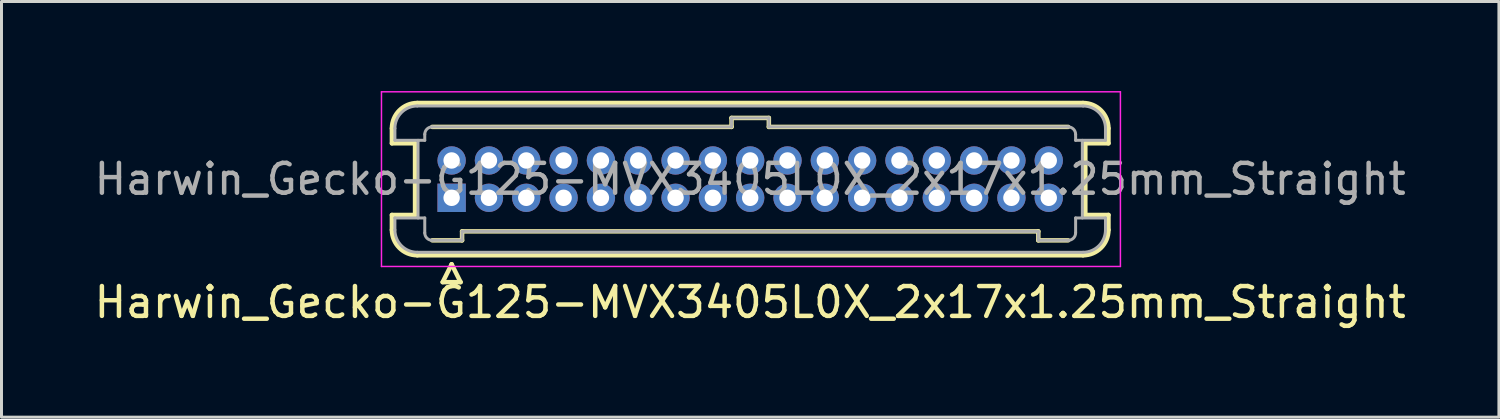
<source format=kicad_pcb>
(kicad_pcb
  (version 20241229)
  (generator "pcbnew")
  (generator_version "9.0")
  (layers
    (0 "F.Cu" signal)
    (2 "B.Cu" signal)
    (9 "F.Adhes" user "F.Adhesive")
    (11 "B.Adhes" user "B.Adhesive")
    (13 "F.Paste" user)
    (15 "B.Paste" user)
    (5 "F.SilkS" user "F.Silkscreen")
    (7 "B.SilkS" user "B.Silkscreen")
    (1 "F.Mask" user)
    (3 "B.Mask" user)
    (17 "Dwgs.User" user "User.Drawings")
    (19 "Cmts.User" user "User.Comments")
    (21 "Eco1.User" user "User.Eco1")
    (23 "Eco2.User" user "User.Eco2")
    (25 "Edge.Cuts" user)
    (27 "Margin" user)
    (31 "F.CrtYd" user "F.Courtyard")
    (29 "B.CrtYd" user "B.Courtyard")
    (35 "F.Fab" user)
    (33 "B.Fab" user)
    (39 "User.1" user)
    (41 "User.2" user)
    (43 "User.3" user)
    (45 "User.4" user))
  (footprint "Harwin_Gecko-G125-MVX3405L0X_2x17x1.25mm_Straight"
    (layer "F.Cu")
    (at 12.077 3.575)
    (property "Reference" "Harwin_Gecko-G125-MVX3405L0X_2x17x1.25mm_Straight" (at 10 3.5 0) (layer "F.SilkS") (effects (font (size 1 1) (thickness 0.15))))
    (attr through_hole)
    (fp_line (start -2 -1.825) (end -2 -2.325) (stroke (width 0.15) (type solid)) (layer "F.SilkS"))
    (fp_line (start -2 -1.825) (end -1.225 -1.825) (stroke (width 0.15) (type solid)) (layer "F.SilkS"))
    (fp_line (start -2 0.575) (end -1.225 0.575) (stroke (width 0.15) (type solid)) (layer "F.SilkS"))
    (fp_line (start -2 1.075) (end -2 0.575) (stroke (width 0.15) (type solid)) (layer "F.SilkS"))
    (fp_line (start -1.225 -1.825) (end -1.225 0.575) (stroke (width 0.15) (type solid)) (layer "F.SilkS"))
    (fp_line (start -1.15 -3.175) (end 21.15 -3.175) (stroke (width 0.15) (type solid)) (layer "F.SilkS"))
    (fp_line (start -1.15 1.925) (end 21.15 1.925) (stroke (width 0.15) (type solid)) (layer "F.SilkS"))
    (fp_line (start -0.65 -2.375) (end 9.375 -2.375) (stroke (width 0.15) (type solid)) (layer "F.SilkS"))
    (fp_line (start -0.65 1.425) (end 0.35 1.425) (stroke (width 0.15) (type solid)) (layer "F.SilkS"))
    (fp_line (start -0.3 2.825) (end 0.3 2.825) (stroke (width 0.15) (type solid)) (layer "F.SilkS"))
    (fp_line (start 0 2.225) (end -0.3 2.825) (stroke (width 0.15) (type solid)) (layer "F.SilkS"))
    (fp_line (start 0.3 2.825) (end 0 2.225) (stroke (width 0.15) (type solid)) (layer "F.SilkS"))
    (fp_line (start 0.35 1.125) (end 19.65 1.125) (stroke (width 0.15) (type solid)) (layer "F.SilkS"))
    (fp_line (start 0.35 1.425) (end 0.35 1.125) (stroke (width 0.15) (type solid)) (layer "F.SilkS"))
    (fp_line (start 9.375 -2.675) (end 10.625 -2.675) (stroke (width 0.15) (type solid)) (layer "F.SilkS"))
    (fp_line (start 9.375 -2.375) (end 9.375 -2.675) (stroke (width 0.15) (type solid)) (layer "F.SilkS"))
    (fp_line (start 10.625 -2.675) (end 10.625 -2.375) (stroke (width 0.15) (type solid)) (layer "F.SilkS"))
    (fp_line (start 10.625 -2.375) (end 20.65 -2.375) (stroke (width 0.15) (type solid)) (layer "F.SilkS"))
    (fp_line (start 19.65 1.125) (end 19.65 1.425) (stroke (width 0.15) (type solid)) (layer "F.SilkS"))
    (fp_line (start 19.65 1.425) (end 20.65 1.425) (stroke (width 0.15) (type solid)) (layer "F.SilkS"))
    (fp_line (start 21.225 -1.825) (end 21.225 0.575) (stroke (width 0.15) (type solid)) (layer "F.SilkS"))
    (fp_line (start 22 -2.325) (end 22 -1.825) (stroke (width 0.15) (type solid)) (layer "F.SilkS"))
    (fp_line (start 22 -1.825) (end 21.225 -1.825) (stroke (width 0.15) (type solid)) (layer "F.SilkS"))
    (fp_line (start 22 0.575) (end 21.225 0.575) (stroke (width 0.15) (type solid)) (layer "F.SilkS"))
    (fp_line (start 22 1.075) (end 22 0.575) (stroke (width 0.15) (type solid)) (layer "F.SilkS"))
    (fp_arc (start -2 -2.325) (mid -1.751041 -2.926041) (end -1.15 -3.175) (stroke (width 0.15) (type solid)) (layer "F.SilkS"))
    (fp_arc (start -1.15 1.925) (mid -1.751041 1.676041) (end -2 1.075) (stroke (width 0.15) (type solid)) (layer "F.SilkS"))
    (fp_arc (start 21.15 -3.175) (mid 21.751041 -2.926041) (end 22 -2.325) (stroke (width 0.15) (type solid)) (layer "F.SilkS"))
    (fp_arc (start 22 1.075) (mid 21.751041 1.676041) (end 21.15 1.925) (stroke (width 0.15) (type solid)) (layer "F.SilkS"))
    (fp_line (start -2.35 -3.55) (end -2.35 2.3) (stroke (width 0.05) (type solid)) (layer "F.CrtYd"))
    (fp_line (start -2.35 2.3) (end 22.4 2.3) (stroke (width 0.05) (type solid)) (layer "F.CrtYd"))
    (fp_line (start 22.4 -3.55) (end -2.35 -3.55) (stroke (width 0.05) (type solid)) (layer "F.CrtYd"))
    (fp_line (start 22.4 2.3) (end 22.4 -3.55) (stroke (width 0.05) (type solid)) (layer "F.CrtYd"))
    (fp_line (start -1.9 -2.325) (end -1.9 -1.925) (stroke (width 0.1) (type solid)) (layer "F.Fab"))
    (fp_line (start -1.9 -1.925) (end -0.9 -1.925) (stroke (width 0.1) (type solid)) (layer "F.Fab"))
    (fp_line (start -1.9 0.675) (end -0.9 0.675) (stroke (width 0.1) (type solid)) (layer "F.Fab"))
    (fp_line (start -1.9 1.075) (end -1.9 0.675) (stroke (width 0.1) (type solid)) (layer "F.Fab"))
    (fp_line (start -1.15 -3.075) (end 21.15 -3.075) (stroke (width 0.1) (type solid)) (layer "F.Fab"))
    (fp_line (start -1.15 1.825) (end 21.15 1.825) (stroke (width 0.1) (type solid)) (layer "F.Fab"))
    (fp_line (start -1.125 -1.925) (end -1.125 0.675) (stroke (width 0.1) (type solid)) (layer "F.Fab"))
    (fp_line (start -0.9 -2.125) (end -0.9 -1.925) (stroke (width 0.1) (type solid)) (layer "F.Fab"))
    (fp_line (start -0.9 1.175) (end -0.9 0.675) (stroke (width 0.1) (type solid)) (layer "F.Fab"))
    (fp_line (start -0.65 -2.375) (end 9.375 -2.375) (stroke (width 0.1) (type solid)) (layer "F.Fab"))
    (fp_line (start -0.65 1.425) (end 0.35 1.425) (stroke (width 0.1) (type solid)) (layer "F.Fab"))
    (fp_line (start 0.35 1.125) (end 19.65 1.125) (stroke (width 0.1) (type solid)) (layer "F.Fab"))
    (fp_line (start 0.35 1.425) (end 0.35 1.125) (stroke (width 0.1) (type solid)) (layer "F.Fab"))
    (fp_line (start 9.375 -2.675) (end 10.625 -2.675) (stroke (width 0.1) (type solid)) (layer "F.Fab"))
    (fp_line (start 9.375 -2.375) (end 9.375 -2.675) (stroke (width 0.1) (type solid)) (layer "F.Fab"))
    (fp_line (start 10.625 -2.675) (end 10.625 -2.375) (stroke (width 0.1) (type solid)) (layer "F.Fab"))
    (fp_line (start 10.625 -2.375) (end 20.65 -2.375) (stroke (width 0.1) (type solid)) (layer "F.Fab"))
    (fp_line (start 19.65 1.125) (end 19.65 1.425) (stroke (width 0.1) (type solid)) (layer "F.Fab"))
    (fp_line (start 19.65 1.425) (end 20.65 1.425) (stroke (width 0.1) (type solid)) (layer "F.Fab"))
    (fp_line (start 20.9 -2.125) (end 20.9 -1.925) (stroke (width 0.1) (type solid)) (layer "F.Fab"))
    (fp_line (start 20.9 1.175) (end 20.9 0.675) (stroke (width 0.1) (type solid)) (layer "F.Fab"))
    (fp_line (start 21.125 -1.925) (end 21.125 0.675) (stroke (width 0.1) (type solid)) (layer "F.Fab"))
    (fp_line (start 21.9 -2.325) (end 21.9 -1.925) (stroke (width 0.1) (type solid)) (layer "F.Fab"))
    (fp_line (start 21.9 -1.925) (end 20.9 -1.925) (stroke (width 0.1) (type solid)) (layer "F.Fab"))
    (fp_line (start 21.9 0.675) (end 20.9 0.675) (stroke (width 0.1) (type solid)) (layer "F.Fab"))
    (fp_line (start 21.9 1.075) (end 21.9 0.675) (stroke (width 0.1) (type solid)) (layer "F.Fab"))
    (fp_arc (start -1.9 -2.325) (mid -1.68033 -2.85533) (end -1.15 -3.075) (stroke (width 0.1) (type solid)) (layer "F.Fab"))
    (fp_arc (start -1.15 1.825) (mid -1.68033 1.60533) (end -1.9 1.075) (stroke (width 0.1) (type solid)) (layer "F.Fab"))
    (fp_arc (start -0.9 -2.125) (mid -0.826777 -2.301777) (end -0.65 -2.375) (stroke (width 0.1) (type solid)) (layer "F.Fab"))
    (fp_arc (start -0.65 1.425) (mid -0.826777 1.351777) (end -0.9 1.175) (stroke (width 0.1) (type solid)) (layer "F.Fab"))
    (fp_arc (start 20.65 -2.375) (mid 20.826777 -2.301777) (end 20.9 -2.125) (stroke (width 0.1) (type solid)) (layer "F.Fab"))
    (fp_arc (start 20.9 1.175) (mid 20.826777 1.351777) (end 20.65 1.425) (stroke (width 0.1) (type solid)) (layer "F.Fab"))
    (fp_arc (start 21.15 -3.075) (mid 21.68033 -2.85533) (end 21.9 -2.325) (stroke (width 0.1) (type solid)) (layer "F.Fab"))
    (fp_arc (start 21.9 1.075) (mid 21.68033 1.60533) (end 21.15 1.825) (stroke (width 0.1) (type solid)) (layer "F.Fab"))
    (fp_text user "${REFERENCE}" (at 10 -0.625 0) (layer "F.Fab") (effects (font (size 1 1) (thickness 0.15))))
    (pad "1" thru_hole rect (at 0 0) (size 0.95 0.95) (drill 0.55) (layers "*.Cu" "*.Mask"))
    (pad "2" thru_hole circle (at 1.25 0) (size 0.95 0.95) (drill 0.55) (layers "*.Cu" "*.Mask"))
    (pad "3" thru_hole circle (at 2.5 0) (size 0.95 0.95) (drill 0.55) (layers "*.Cu" "*.Mask"))
    (pad "4" thru_hole circle (at 3.75 0) (size 0.95 0.95) (drill 0.55) (layers "*.Cu" "*.Mask"))
    (pad "5" thru_hole circle (at 5 0) (size 0.95 0.95) (drill 0.55) (layers "*.Cu" "*.Mask"))
    (pad "6" thru_hole circle (at 6.25 0) (size 0.95 0.95) (drill 0.55) (layers "*.Cu" "*.Mask"))
    (pad "7" thru_hole circle (at 7.5 0) (size 0.95 0.95) (drill 0.55) (layers "*.Cu" "*.Mask"))
    (pad "8" thru_hole circle (at 8.75 0) (size 0.95 0.95) (drill 0.55) (layers "*.Cu" "*.Mask"))
    (pad "9" thru_hole circle (at 10 0) (size 0.95 0.95) (drill 0.55) (layers "*.Cu" "*.Mask"))
    (pad "10" thru_hole circle (at 11.25 0) (size 0.95 0.95) (drill 0.55) (layers "*.Cu" "*.Mask"))
    (pad "11" thru_hole circle (at 12.5 0) (size 0.95 0.95) (drill 0.55) (layers "*.Cu" "*.Mask"))
    (pad "12" thru_hole circle (at 13.75 0) (size 0.95 0.95) (drill 0.55) (layers "*.Cu" "*.Mask"))
    (pad "13" thru_hole circle (at 15 0) (size 0.95 0.95) (drill 0.55) (layers "*.Cu" "*.Mask"))
    (pad "14" thru_hole circle (at 16.25 0) (size 0.95 0.95) (drill 0.55) (layers "*.Cu" "*.Mask"))
    (pad "15" thru_hole circle (at 17.5 0) (size 0.95 0.95) (drill 0.55) (layers "*.Cu" "*.Mask"))
    (pad "16" thru_hole circle (at 18.75 0) (size 0.95 0.95) (drill 0.55) (layers "*.Cu" "*.Mask"))
    (pad "17" thru_hole circle (at 20 0) (size 0.95 0.95) (drill 0.55) (layers "*.Cu" "*.Mask"))
    (pad "18" thru_hole circle (at 0 -1.25) (size 0.95 0.95) (drill 0.55) (layers "*.Cu" "*.Mask"))
    (pad "19" thru_hole circle (at 1.25 -1.25) (size 0.95 0.95) (drill 0.55) (layers "*.Cu" "*.Mask"))
    (pad "20" thru_hole circle (at 2.5 -1.25) (size 0.95 0.95) (drill 0.55) (layers "*.Cu" "*.Mask"))
    (pad "21" thru_hole circle (at 3.75 -1.25) (size 0.95 0.95) (drill 0.55) (layers "*.Cu" "*.Mask"))
    (pad "22" thru_hole circle (at 5 -1.25) (size 0.95 0.95) (drill 0.55) (layers "*.Cu" "*.Mask"))
    (pad "23" thru_hole circle (at 6.25 -1.25) (size 0.95 0.95) (drill 0.55) (layers "*.Cu" "*.Mask"))
    (pad "24" thru_hole circle (at 7.5 -1.25) (size 0.95 0.95) (drill 0.55) (layers "*.Cu" "*.Mask"))
    (pad "25" thru_hole circle (at 8.75 -1.25) (size 0.95 0.95) (drill 0.55) (layers "*.Cu" "*.Mask"))
    (pad "26" thru_hole circle (at 10 -1.25) (size 0.95 0.95) (drill 0.55) (layers "*.Cu" "*.Mask"))
    (pad "27" thru_hole circle (at 11.25 -1.25) (size 0.95 0.95) (drill 0.55) (layers "*.Cu" "*.Mask"))
    (pad "28" thru_hole circle (at 12.5 -1.25) (size 0.95 0.95) (drill 0.55) (layers "*.Cu" "*.Mask"))
    (pad "29" thru_hole circle (at 13.75 -1.25) (size 0.95 0.95) (drill 0.55) (layers "*.Cu" "*.Mask"))
    (pad "30" thru_hole circle (at 15 -1.25) (size 0.95 0.95) (drill 0.55) (layers "*.Cu" "*.Mask"))
    (pad "31" thru_hole circle (at 16.25 -1.25) (size 0.95 0.95) (drill 0.55) (layers "*.Cu" "*.Mask"))
    (pad "32" thru_hole circle (at 17.5 -1.25) (size 0.95 0.95) (drill 0.55) (layers "*.Cu" "*.Mask"))
    (pad "33" thru_hole circle (at 18.75 -1.25) (size 0.95 0.95) (drill 0.55) (layers "*.Cu" "*.Mask"))
    (pad "34" thru_hole circle (at 20 -1.25) (size 0.95 0.95) (drill 0.55) (layers "*.Cu" "*.Mask")))
  (gr_rect
    (start -3 -3)
    (end 47.155 10.923)
    (stroke (width 0.1) (type default))
    (fill no)
    (layer "Edge.Cuts")))
</source>
